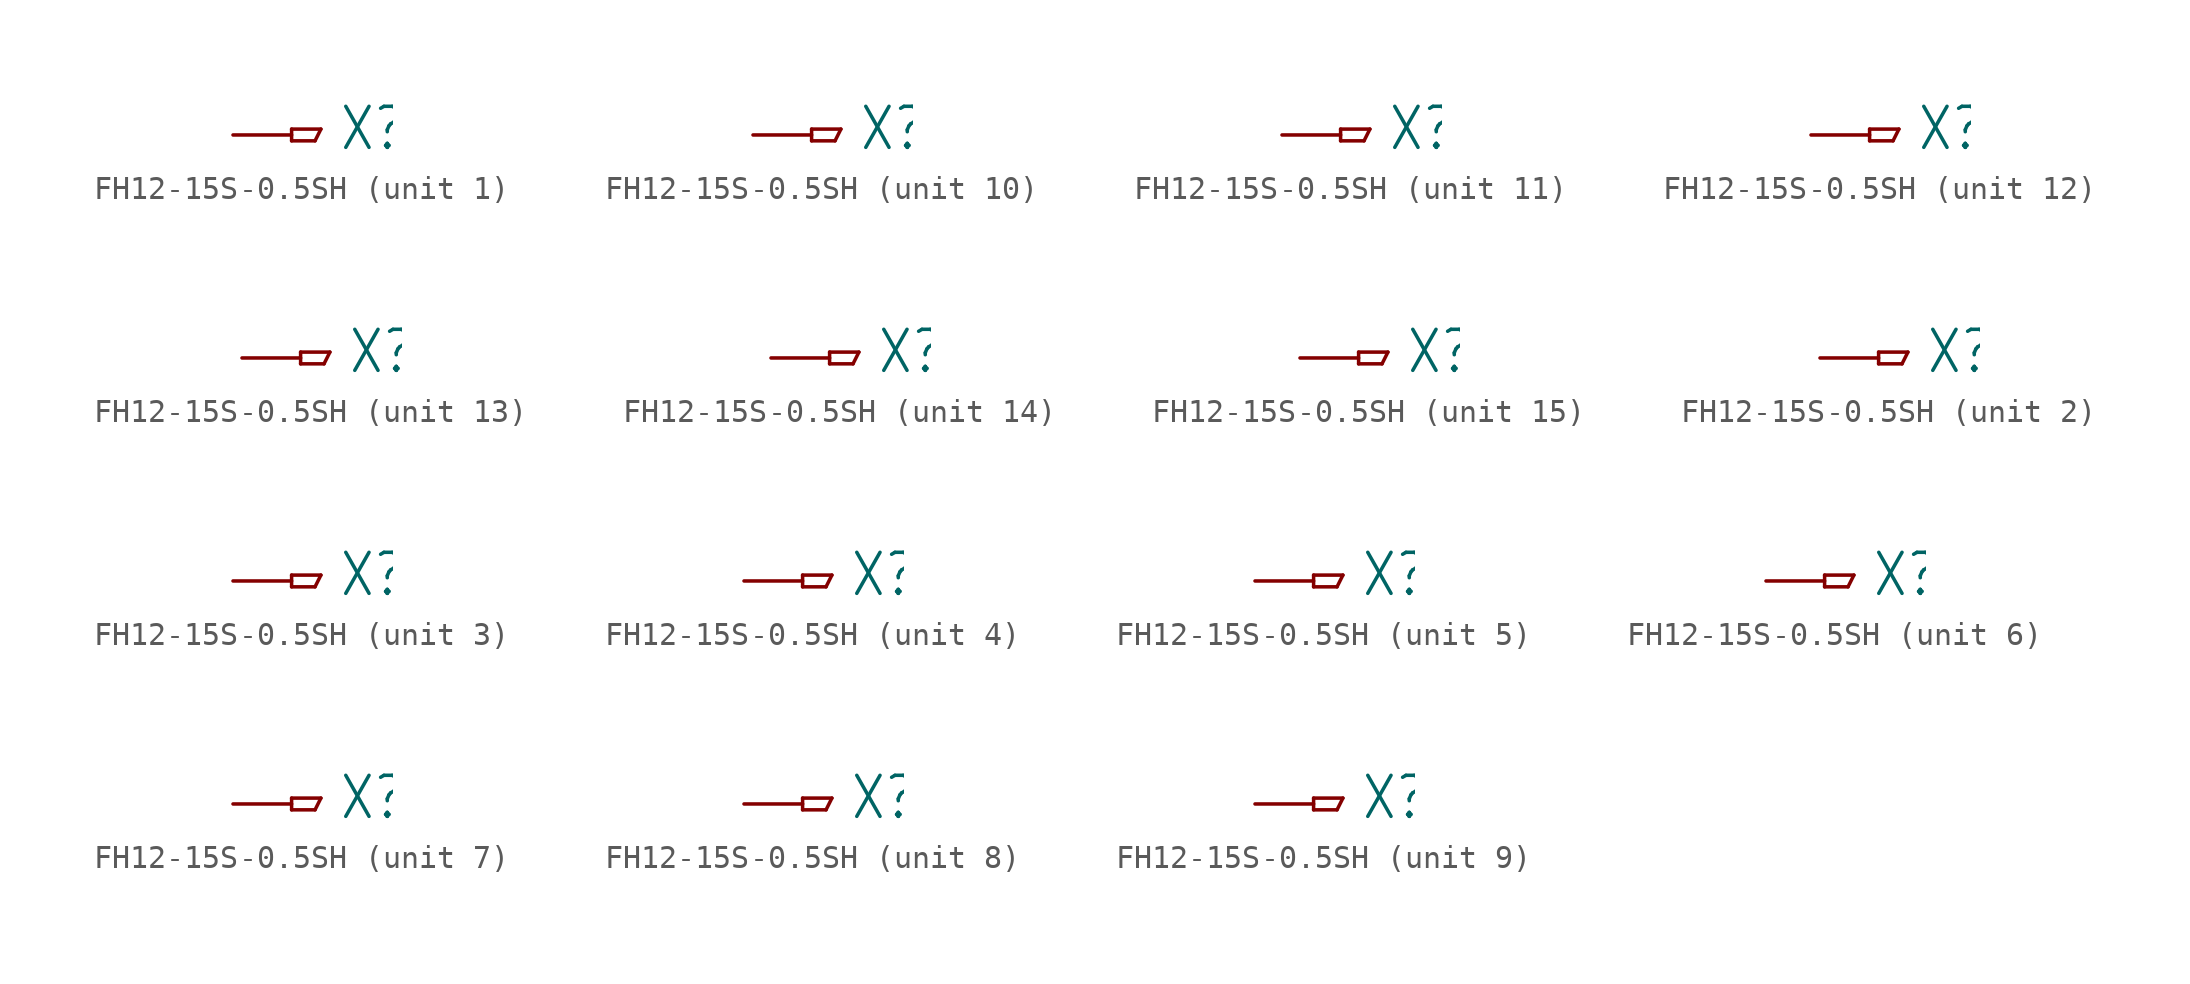
<source format=kicad_sym>
(kicad_symbol_lib
  (version 20231120)
  (generator "kicad_symbol_editor")
  (generator_version "8.0")
  (symbol "FH12-15S-0.5SH"
    (property "Reference" "X"
      (at 2.032 -0.762 0)
      (effects (font (size 1.778 1.511)) (justify left bottom)))
    (property "ki_locked" ""
      (at 0 0 0)
      (effects (font (size 1.27 1.27))))
    (symbol "FH12-15S-0.5SH_1_0"
      (polyline (pts (xy 0 -0.254) (xy 1.016 -0.254)) (stroke (width 0.152) (type solid)) (fill (type none)))
      (polyline (pts (xy 0 0.254) (xy 0 -0.254)) (stroke (width 0.152) (type solid)) (fill (type none)))
      (polyline (pts (xy 1.016 -0.254) (xy 1.27 0.254)) (stroke (width 0.152) (type solid)) (fill (type none)))
      (polyline (pts (xy 1.27 0.254) (xy 0 0.254)) (stroke (width 0.152) (type solid)) (fill (type none)))
      (pin passive line (at -2.54 0 0) (length 2.54) (name "1" (effects (font (size 0 0)))) (number "1" (effects (font (size 0 0))))))
    (symbol "FH12-15S-0.5SH_2_0"
      (polyline (pts (xy 0 -0.254) (xy 1.016 -0.254)) (stroke (width 0.152) (type solid)) (fill (type none)))
      (polyline (pts (xy 0 0.254) (xy 0 -0.254)) (stroke (width 0.152) (type solid)) (fill (type none)))
      (polyline (pts (xy 1.016 -0.254) (xy 1.27 0.254)) (stroke (width 0.152) (type solid)) (fill (type none)))
      (polyline (pts (xy 1.27 0.254) (xy 0 0.254)) (stroke (width 0.152) (type solid)) (fill (type none)))
      (pin passive line (at -2.54 0 0) (length 2.54) (name "1" (effects (font (size 0 0)))) (number "2" (effects (font (size 0 0))))))
    (symbol "FH12-15S-0.5SH_3_0"
      (polyline (pts (xy 0 -0.254) (xy 1.016 -0.254)) (stroke (width 0.152) (type solid)) (fill (type none)))
      (polyline (pts (xy 0 0.254) (xy 0 -0.254)) (stroke (width 0.152) (type solid)) (fill (type none)))
      (polyline (pts (xy 1.016 -0.254) (xy 1.27 0.254)) (stroke (width 0.152) (type solid)) (fill (type none)))
      (polyline (pts (xy 1.27 0.254) (xy 0 0.254)) (stroke (width 0.152) (type solid)) (fill (type none)))
      (pin passive line (at -2.54 0 0) (length 2.54) (name "1" (effects (font (size 0 0)))) (number "3" (effects (font (size 0 0))))))
    (symbol "FH12-15S-0.5SH_4_0"
      (polyline (pts (xy 0 -0.254) (xy 1.016 -0.254)) (stroke (width 0.152) (type solid)) (fill (type none)))
      (polyline (pts (xy 0 0.254) (xy 0 -0.254)) (stroke (width 0.152) (type solid)) (fill (type none)))
      (polyline (pts (xy 1.016 -0.254) (xy 1.27 0.254)) (stroke (width 0.152) (type solid)) (fill (type none)))
      (polyline (pts (xy 1.27 0.254) (xy 0 0.254)) (stroke (width 0.152) (type solid)) (fill (type none)))
      (pin passive line (at -2.54 0 0) (length 2.54) (name "1" (effects (font (size 0 0)))) (number "4" (effects (font (size 0 0))))))
    (symbol "FH12-15S-0.5SH_5_0"
      (polyline (pts (xy 0 -0.254) (xy 1.016 -0.254)) (stroke (width 0.152) (type solid)) (fill (type none)))
      (polyline (pts (xy 0 0.254) (xy 0 -0.254)) (stroke (width 0.152) (type solid)) (fill (type none)))
      (polyline (pts (xy 1.016 -0.254) (xy 1.27 0.254)) (stroke (width 0.152) (type solid)) (fill (type none)))
      (polyline (pts (xy 1.27 0.254) (xy 0 0.254)) (stroke (width 0.152) (type solid)) (fill (type none)))
      (pin passive line (at -2.54 0 0) (length 2.54) (name "1" (effects (font (size 0 0)))) (number "5" (effects (font (size 0 0))))))
    (symbol "FH12-15S-0.5SH_6_0"
      (polyline (pts (xy 0 -0.254) (xy 1.016 -0.254)) (stroke (width 0.152) (type solid)) (fill (type none)))
      (polyline (pts (xy 0 0.254) (xy 0 -0.254)) (stroke (width 0.152) (type solid)) (fill (type none)))
      (polyline (pts (xy 1.016 -0.254) (xy 1.27 0.254)) (stroke (width 0.152) (type solid)) (fill (type none)))
      (polyline (pts (xy 1.27 0.254) (xy 0 0.254)) (stroke (width 0.152) (type solid)) (fill (type none)))
      (pin passive line (at -2.54 0 0) (length 2.54) (name "1" (effects (font (size 0 0)))) (number "6" (effects (font (size 0 0))))))
    (symbol "FH12-15S-0.5SH_7_0"
      (polyline (pts (xy 0 -0.254) (xy 1.016 -0.254)) (stroke (width 0.152) (type solid)) (fill (type none)))
      (polyline (pts (xy 0 0.254) (xy 0 -0.254)) (stroke (width 0.152) (type solid)) (fill (type none)))
      (polyline (pts (xy 1.016 -0.254) (xy 1.27 0.254)) (stroke (width 0.152) (type solid)) (fill (type none)))
      (polyline (pts (xy 1.27 0.254) (xy 0 0.254)) (stroke (width 0.152) (type solid)) (fill (type none)))
      (pin passive line (at -2.54 0 0) (length 2.54) (name "1" (effects (font (size 0 0)))) (number "7" (effects (font (size 0 0))))))
    (symbol "FH12-15S-0.5SH_8_0"
      (polyline (pts (xy 0 -0.254) (xy 1.016 -0.254)) (stroke (width 0.152) (type solid)) (fill (type none)))
      (polyline (pts (xy 0 0.254) (xy 0 -0.254)) (stroke (width 0.152) (type solid)) (fill (type none)))
      (polyline (pts (xy 1.016 -0.254) (xy 1.27 0.254)) (stroke (width 0.152) (type solid)) (fill (type none)))
      (polyline (pts (xy 1.27 0.254) (xy 0 0.254)) (stroke (width 0.152) (type solid)) (fill (type none)))
      (pin passive line (at -2.54 0 0) (length 2.54) (name "1" (effects (font (size 0 0)))) (number "8" (effects (font (size 0 0))))))
    (symbol "FH12-15S-0.5SH_9_0"
      (polyline (pts (xy 0 -0.254) (xy 1.016 -0.254)) (stroke (width 0.152) (type solid)) (fill (type none)))
      (polyline (pts (xy 0 0.254) (xy 0 -0.254)) (stroke (width 0.152) (type solid)) (fill (type none)))
      (polyline (pts (xy 1.016 -0.254) (xy 1.27 0.254)) (stroke (width 0.152) (type solid)) (fill (type none)))
      (polyline (pts (xy 1.27 0.254) (xy 0 0.254)) (stroke (width 0.152) (type solid)) (fill (type none)))
      (pin passive line (at -2.54 0 0) (length 2.54) (name "1" (effects (font (size 0 0)))) (number "9" (effects (font (size 0 0))))))
    (symbol "FH12-15S-0.5SH_10_0"
      (polyline (pts (xy 0 -0.254) (xy 1.016 -0.254)) (stroke (width 0.152) (type solid)) (fill (type none)))
      (polyline (pts (xy 0 0.254) (xy 0 -0.254)) (stroke (width 0.152) (type solid)) (fill (type none)))
      (polyline (pts (xy 1.016 -0.254) (xy 1.27 0.254)) (stroke (width 0.152) (type solid)) (fill (type none)))
      (polyline (pts (xy 1.27 0.254) (xy 0 0.254)) (stroke (width 0.152) (type solid)) (fill (type none)))
      (pin passive line (at -2.54 0 0) (length 2.54) (name "1" (effects (font (size 0 0)))) (number "10" (effects (font (size 0 0))))))
    (symbol "FH12-15S-0.5SH_11_0"
      (polyline (pts (xy 0 -0.254) (xy 1.016 -0.254)) (stroke (width 0.152) (type solid)) (fill (type none)))
      (polyline (pts (xy 0 0.254) (xy 0 -0.254)) (stroke (width 0.152) (type solid)) (fill (type none)))
      (polyline (pts (xy 1.016 -0.254) (xy 1.27 0.254)) (stroke (width 0.152) (type solid)) (fill (type none)))
      (polyline (pts (xy 1.27 0.254) (xy 0 0.254)) (stroke (width 0.152) (type solid)) (fill (type none)))
      (pin passive line (at -2.54 0 0) (length 2.54) (name "1" (effects (font (size 0 0)))) (number "11" (effects (font (size 0 0))))))
    (symbol "FH12-15S-0.5SH_12_0"
      (polyline (pts (xy 0 -0.254) (xy 1.016 -0.254)) (stroke (width 0.152) (type solid)) (fill (type none)))
      (polyline (pts (xy 0 0.254) (xy 0 -0.254)) (stroke (width 0.152) (type solid)) (fill (type none)))
      (polyline (pts (xy 1.016 -0.254) (xy 1.27 0.254)) (stroke (width 0.152) (type solid)) (fill (type none)))
      (polyline (pts (xy 1.27 0.254) (xy 0 0.254)) (stroke (width 0.152) (type solid)) (fill (type none)))
      (pin passive line (at -2.54 0 0) (length 2.54) (name "1" (effects (font (size 0 0)))) (number "12" (effects (font (size 0 0))))))
    (symbol "FH12-15S-0.5SH_13_0"
      (polyline (pts (xy 0 -0.254) (xy 1.016 -0.254)) (stroke (width 0.152) (type solid)) (fill (type none)))
      (polyline (pts (xy 0 0.254) (xy 0 -0.254)) (stroke (width 0.152) (type solid)) (fill (type none)))
      (polyline (pts (xy 1.016 -0.254) (xy 1.27 0.254)) (stroke (width 0.152) (type solid)) (fill (type none)))
      (polyline (pts (xy 1.27 0.254) (xy 0 0.254)) (stroke (width 0.152) (type solid)) (fill (type none)))
      (pin passive line (at -2.54 0 0) (length 2.54) (name "1" (effects (font (size 0 0)))) (number "13" (effects (font (size 0 0))))))
    (symbol "FH12-15S-0.5SH_14_0"
      (polyline (pts (xy 0 -0.254) (xy 1.016 -0.254)) (stroke (width 0.152) (type solid)) (fill (type none)))
      (polyline (pts (xy 0 0.254) (xy 0 -0.254)) (stroke (width 0.152) (type solid)) (fill (type none)))
      (polyline (pts (xy 1.016 -0.254) (xy 1.27 0.254)) (stroke (width 0.152) (type solid)) (fill (type none)))
      (polyline (pts (xy 1.27 0.254) (xy 0 0.254)) (stroke (width 0.152) (type solid)) (fill (type none)))
      (pin passive line (at -2.54 0 0) (length 2.54) (name "1" (effects (font (size 0 0)))) (number "14" (effects (font (size 0 0))))))
    (symbol "FH12-15S-0.5SH_15_0"
      (polyline (pts (xy 0 -0.254) (xy 1.016 -0.254)) (stroke (width 0.152) (type solid)) (fill (type none)))
      (polyline (pts (xy 0 0.254) (xy 0 -0.254)) (stroke (width 0.152) (type solid)) (fill (type none)))
      (polyline (pts (xy 1.016 -0.254) (xy 1.27 0.254)) (stroke (width 0.152) (type solid)) (fill (type none)))
      (polyline (pts (xy 1.27 0.254) (xy 0 0.254)) (stroke (width 0.152) (type solid)) (fill (type none)))
      (pin passive line (at -2.54 0 0) (length 2.54) (name "1" (effects (font (size 0 0)))) (number "15" (effects (font (size 0 0))))))))
</source>
